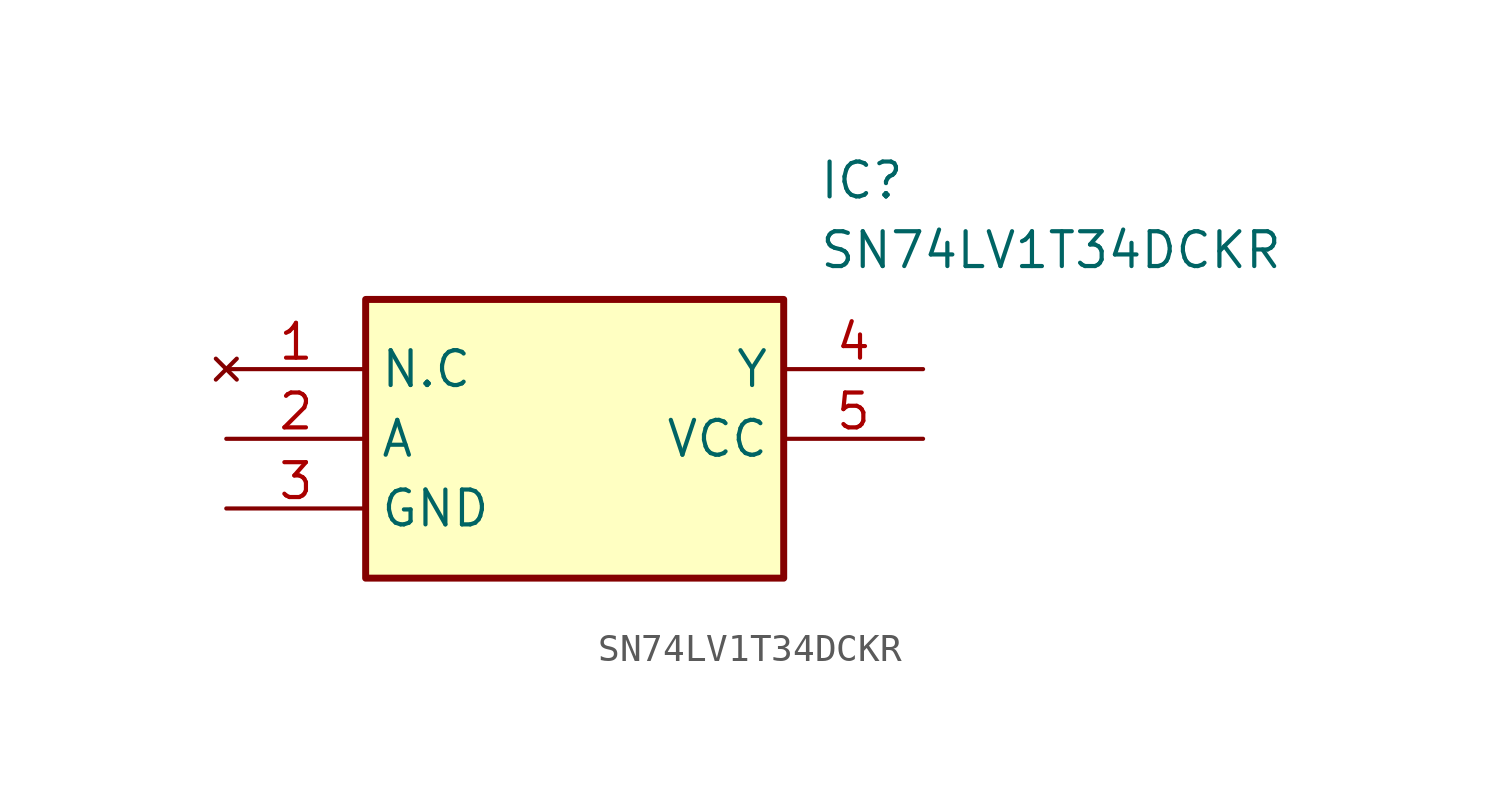
<source format=kicad_sym>
(kicad_symbol_lib
  (version 20211014)
  (generator SamacSys_ECAD_Model)
  (symbol "SN74LV1T34DCKR"
    (property "Reference" "IC"
      (at 21.59 7.62 0)
      (effects (font (size 1.27 1.27)) (justify left top)))
    (property "Value" "SN74LV1T34DCKR"
      (at 21.59 5.08 0)
      (effects (font (size 1.27 1.27)) (justify left top)))
    (rectangle
      (start 5.08 2.54)
      (end 20.32 -7.62)
      (stroke (width 0.254) (type default))
      (fill (type background)))
    (pin no_connect line
      (at 0 0 0)
      (length 5.08)
      (name "N.C" (effects (font (size 1.27 1.27))))
      (number "1" (effects (font (size 1.27 1.27)))))
    (pin passive line
      (at 0 -2.54 0)
      (length 5.08)
      (name "A" (effects (font (size 1.27 1.27))))
      (number "2" (effects (font (size 1.27 1.27)))))
    (pin passive line
      (at 0 -5.08 0)
      (length 5.08)
      (name "GND" (effects (font (size 1.27 1.27))))
      (number "3" (effects (font (size 1.27 1.27)))))
    (pin passive line
      (at 25.4 0 180)
      (length 5.08)
      (name "Y" (effects (font (size 1.27 1.27))))
      (number "4" (effects (font (size 1.27 1.27)))))
    (pin passive line
      (at 25.4 -2.54 180)
      (length 5.08)
      (name "VCC" (effects (font (size 1.27 1.27))))
      (number "5" (effects (font (size 1.27 1.27)))))))
</source>
